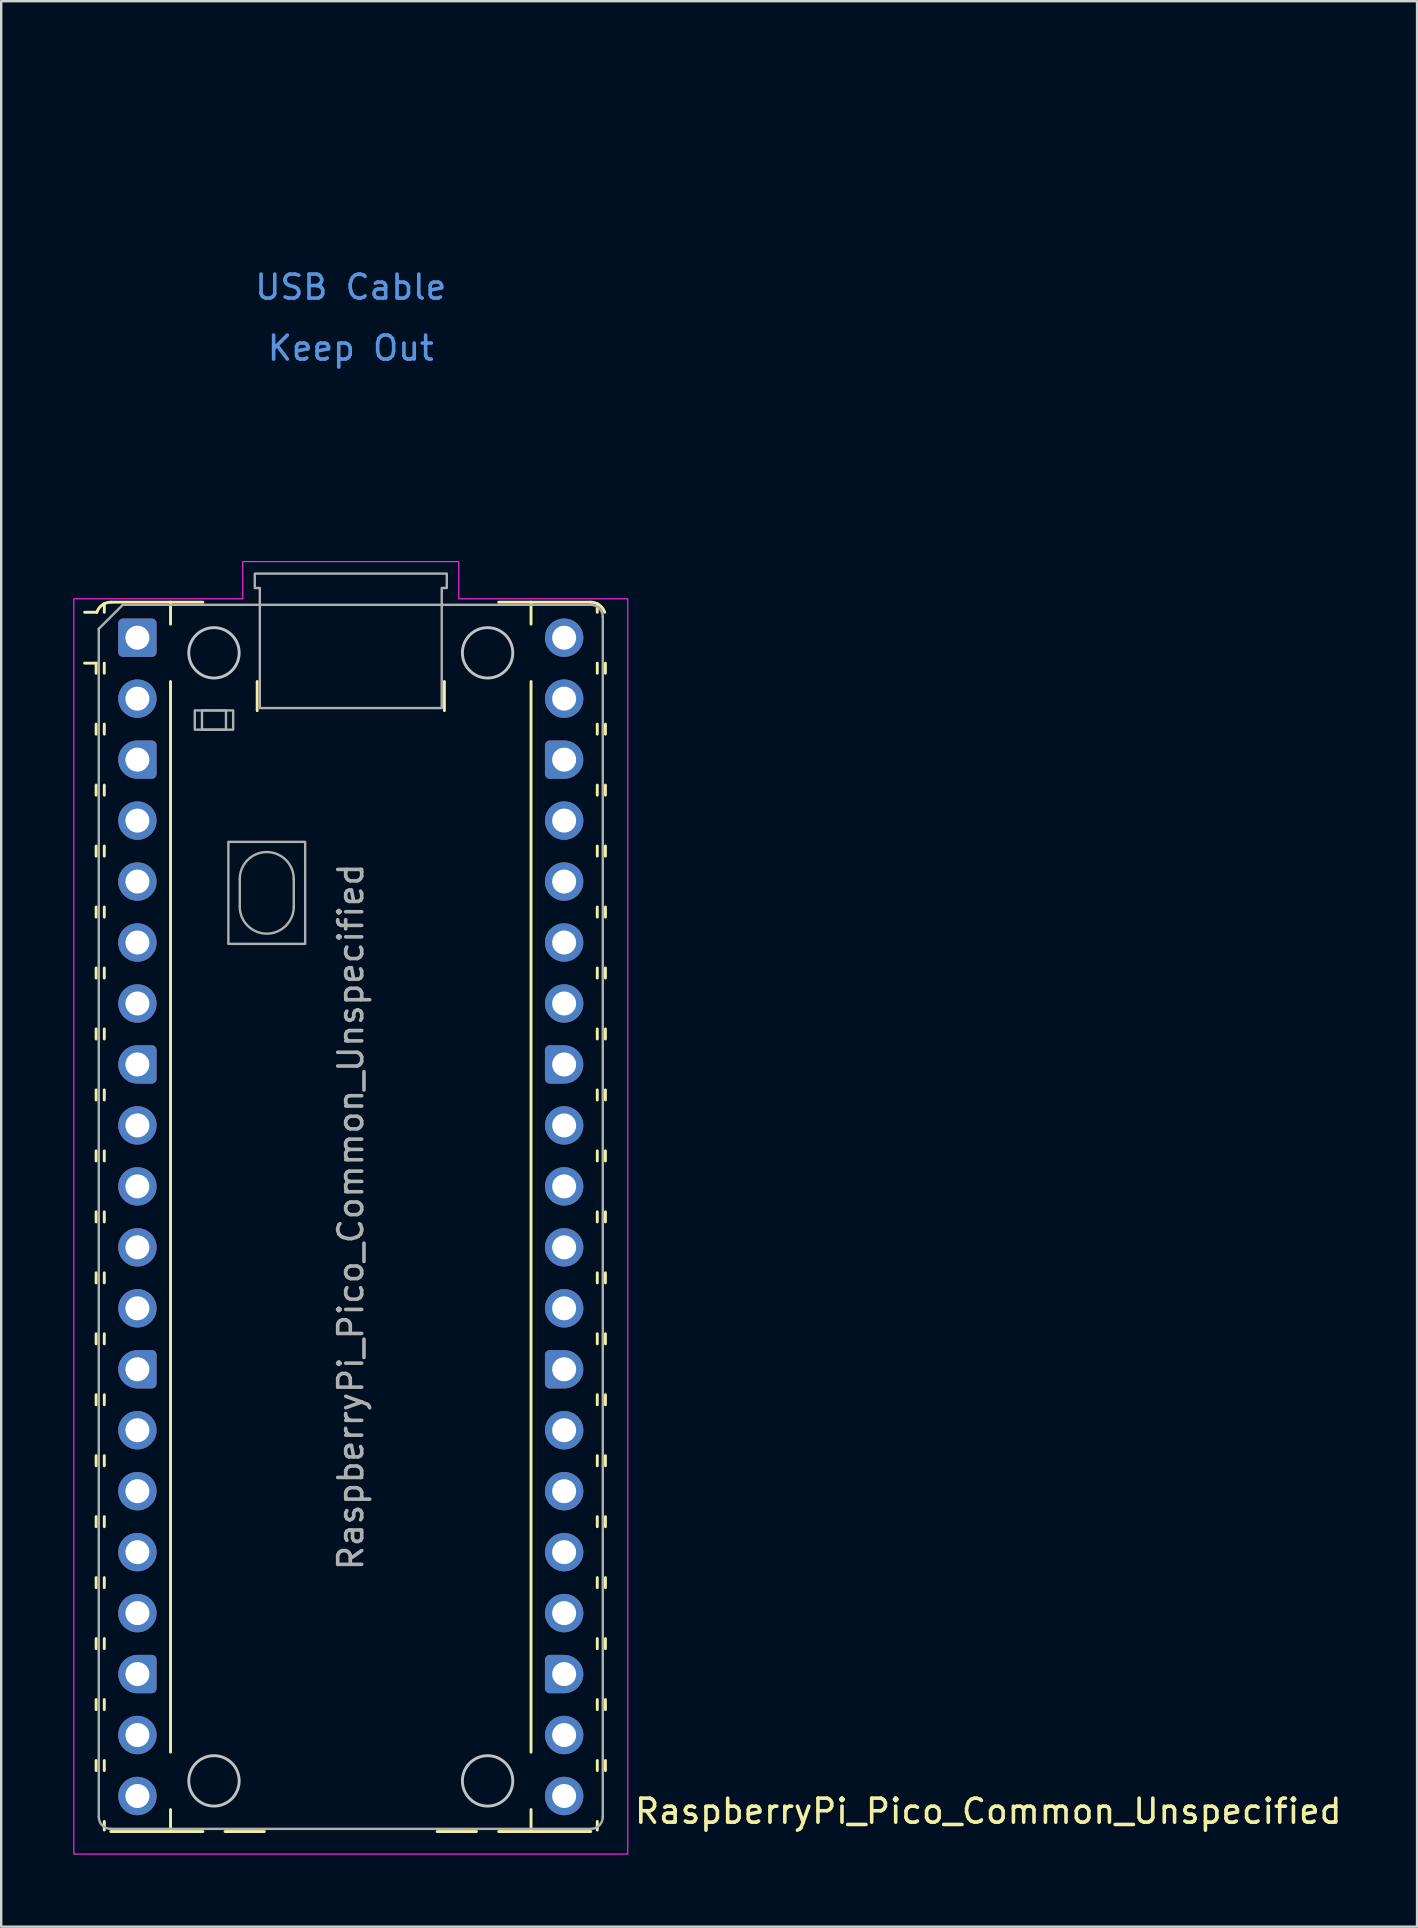
<source format=kicad_pcb>
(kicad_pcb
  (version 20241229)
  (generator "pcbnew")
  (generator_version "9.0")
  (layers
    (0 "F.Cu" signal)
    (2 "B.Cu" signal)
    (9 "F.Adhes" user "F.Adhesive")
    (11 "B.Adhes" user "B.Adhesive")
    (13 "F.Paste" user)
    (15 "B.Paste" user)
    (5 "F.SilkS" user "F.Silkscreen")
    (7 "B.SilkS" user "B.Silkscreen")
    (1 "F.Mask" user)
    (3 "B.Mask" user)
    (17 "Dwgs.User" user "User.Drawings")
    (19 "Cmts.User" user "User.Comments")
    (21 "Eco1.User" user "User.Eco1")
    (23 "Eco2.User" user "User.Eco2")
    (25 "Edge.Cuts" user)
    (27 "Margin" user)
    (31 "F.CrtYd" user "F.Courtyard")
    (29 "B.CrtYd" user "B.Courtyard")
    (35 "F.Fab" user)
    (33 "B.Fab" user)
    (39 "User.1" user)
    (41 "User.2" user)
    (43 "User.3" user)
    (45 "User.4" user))
  (footprint "RaspberryPi_Pico_Common_Unspecified"
    (layer "F.Cu")
    (at 11.565 47.65)
    (property "Reference" "RaspberryPi_Pico_Common_Unspecified" (at 11.748 24.765 0) (unlocked yes) (layer "F.SilkS") (effects (font (size 1 1) (thickness 0.15)) (justify left)))
    (attr through_hole)
    (fp_line (start -10.61 -23.07) (end -11.09 -23.07) (stroke (width 0.12) (type solid)) (layer "F.SilkS"))
    (fp_line (start -10.61 -23.07) (end -10.61 -22.65) (stroke (width 0.12) (type solid)) (layer "F.SilkS"))
    (fp_line (start -10.61 -20.53) (end -10.61 -20.11) (stroke (width 0.12) (type solid)) (layer "F.SilkS"))
    (fp_line (start -10.61 -17.99) (end -10.61 -17.57) (stroke (width 0.12) (type solid)) (layer "F.SilkS"))
    (fp_line (start -10.61 -15.45) (end -10.61 -15.03) (stroke (width 0.12) (type solid)) (layer "F.SilkS"))
    (fp_line (start -10.61 -12.91) (end -10.61 -12.49) (stroke (width 0.12) (type solid)) (layer "F.SilkS"))
    (fp_line (start -10.61 -10.37) (end -10.61 -9.95) (stroke (width 0.12) (type solid)) (layer "F.SilkS"))
    (fp_line (start -10.61 -7.83) (end -10.61 -7.41) (stroke (width 0.12) (type solid)) (layer "F.SilkS"))
    (fp_line (start -10.61 -5.29) (end -10.61 -4.87) (stroke (width 0.12) (type solid)) (layer "F.SilkS"))
    (fp_line (start -10.61 -2.75) (end -10.61 -2.33) (stroke (width 0.12) (type solid)) (layer "F.SilkS"))
    (fp_line (start -10.61 -0.21) (end -10.61 0.21) (stroke (width 0.12) (type solid)) (layer "F.SilkS"))
    (fp_line (start -10.61 2.33) (end -10.61 2.75) (stroke (width 0.12) (type solid)) (layer "F.SilkS"))
    (fp_line (start -10.61 4.87) (end -10.61 5.29) (stroke (width 0.12) (type solid)) (layer "F.SilkS"))
    (fp_line (start -10.61 7.41) (end -10.61 7.83) (stroke (width 0.12) (type solid)) (layer "F.SilkS"))
    (fp_line (start -10.61 9.95) (end -10.61 10.37) (stroke (width 0.12) (type solid)) (layer "F.SilkS"))
    (fp_line (start -10.61 12.49) (end -10.61 12.91) (stroke (width 0.12) (type solid)) (layer "F.SilkS"))
    (fp_line (start -10.61 15.03) (end -10.61 15.45) (stroke (width 0.12) (type solid)) (layer "F.SilkS"))
    (fp_line (start -10.61 17.57) (end -10.61 17.99) (stroke (width 0.12) (type solid)) (layer "F.SilkS"))
    (fp_line (start -10.61 20.11) (end -10.61 20.53) (stroke (width 0.12) (type solid)) (layer "F.SilkS"))
    (fp_line (start -10.61 22.65) (end -10.61 23.07) (stroke (width 0.12) (type solid)) (layer "F.SilkS"))
    (fp_line (start -10.58 -25.19) (end -11.09 -25.19) (stroke (width 0.12) (type solid)) (layer "F.SilkS"))
    (fp_line (start -10.27 -25.19) (end -10.27 -25.547) (stroke (width 0.12) (type solid)) (layer "F.SilkS"))
    (fp_line (start -10.27 -23.07) (end -10.27 -22.65) (stroke (width 0.12) (type solid)) (layer "F.SilkS"))
    (fp_line (start -10.27 -20.53) (end -10.27 -20.11) (stroke (width 0.12) (type solid)) (layer "F.SilkS"))
    (fp_line (start -10.27 -17.99) (end -10.27 -17.57) (stroke (width 0.12) (type solid)) (layer "F.SilkS"))
    (fp_line (start -10.27 -15.45) (end -10.27 -15.03) (stroke (width 0.12) (type solid)) (layer "F.SilkS"))
    (fp_line (start -10.27 -12.91) (end -10.27 -12.49) (stroke (width 0.12) (type solid)) (layer "F.SilkS"))
    (fp_line (start -10.27 -10.37) (end -10.27 -9.95) (stroke (width 0.12) (type solid)) (layer "F.SilkS"))
    (fp_line (start -10.27 -7.83) (end -10.27 -7.41) (stroke (width 0.12) (type solid)) (layer "F.SilkS"))
    (fp_line (start -10.27 -5.29) (end -10.27 -4.87) (stroke (width 0.12) (type solid)) (layer "F.SilkS"))
    (fp_line (start -10.27 -2.75) (end -10.27 -2.33) (stroke (width 0.12) (type solid)) (layer "F.SilkS"))
    (fp_line (start -10.27 -0.21) (end -10.27 0.21) (stroke (width 0.12) (type solid)) (layer "F.SilkS"))
    (fp_line (start -10.27 2.33) (end -10.27 2.75) (stroke (width 0.12) (type solid)) (layer "F.SilkS"))
    (fp_line (start -10.27 4.87) (end -10.27 5.29) (stroke (width 0.12) (type solid)) (layer "F.SilkS"))
    (fp_line (start -10.27 7.41) (end -10.27 7.83) (stroke (width 0.12) (type solid)) (layer "F.SilkS"))
    (fp_line (start -10.27 9.95) (end -10.27 10.37) (stroke (width 0.12) (type solid)) (layer "F.SilkS"))
    (fp_line (start -10.27 12.49) (end -10.27 12.91) (stroke (width 0.12) (type solid)) (layer "F.SilkS"))
    (fp_line (start -10.27 15.03) (end -10.27 15.45) (stroke (width 0.12) (type solid)) (layer "F.SilkS"))
    (fp_line (start -10.27 17.57) (end -10.27 17.99) (stroke (width 0.12) (type solid)) (layer "F.SilkS"))
    (fp_line (start -10.27 20.11) (end -10.27 20.53) (stroke (width 0.12) (type solid)) (layer "F.SilkS"))
    (fp_line (start -10.27 22.65) (end -10.27 23.07) (stroke (width 0.12) (type solid)) (layer "F.SilkS"))
    (fp_line (start -10.27 25.19) (end -10.27 25.547) (stroke (width 0.12) (type solid)) (layer "F.SilkS"))
    (fp_line (start -10 -25.61) (end -7.51 -25.61) (stroke (width 0.12) (type solid)) (layer "F.SilkS"))
    (fp_line (start -10 25.61) (end -6.162 25.61) (stroke (width 0.12) (type solid)) (layer "F.SilkS"))
    (fp_line (start -7.51 -25.61) (end -7.51 -24.696) (stroke (width 0.12) (type solid)) (layer "F.SilkS"))
    (fp_line (start -7.51 -25.61) (end -6.162 -25.61) (stroke (width 0.12) (type solid)) (layer "F.SilkS"))
    (fp_line (start -7.51 -22.304) (end -7.51 22.304) (stroke (width 0.12) (type solid)) (layer "F.SilkS"))
    (fp_line (start -7.51 24.696) (end -7.51 25.61) (stroke (width 0.12) (type solid)) (layer "F.SilkS"))
    (fp_line (start -3.9 -22.306) (end -3.9 -21.09) (stroke (width 0.12) (type solid)) (layer "F.SilkS"))
    (fp_line (start -3.6 25.61) (end -5.238 25.61) (stroke (width 0.12) (type solid)) (layer "F.SilkS"))
    (fp_line (start 3.9 -22.306) (end 3.9 -21.09) (stroke (width 0.12) (type solid)) (layer "F.SilkS"))
    (fp_line (start 5.238 25.61) (end 3.6 25.61) (stroke (width 0.12) (type solid)) (layer "F.SilkS"))
    (fp_line (start 6.162 -25.61) (end 7.51 -25.61) (stroke (width 0.12) (type solid)) (layer "F.SilkS"))
    (fp_line (start 6.162 25.61) (end 10 25.61) (stroke (width 0.12) (type solid)) (layer "F.SilkS"))
    (fp_line (start 7.51 -25.61) (end 7.51 -24.696) (stroke (width 0.12) (type solid)) (layer "F.SilkS"))
    (fp_line (start 7.51 -22.304) (end 7.51 22.304) (stroke (width 0.12) (type solid)) (layer "F.SilkS"))
    (fp_line (start 7.51 24.696) (end 7.51 25.61) (stroke (width 0.12) (type solid)) (layer "F.SilkS"))
    (fp_line (start 10 -25.61) (end 7.51 -25.61) (stroke (width 0.12) (type solid)) (layer "F.SilkS"))
    (fp_line (start 10.27 -25.19) (end 10.27 -25.547) (stroke (width 0.12) (type solid)) (layer "F.SilkS"))
    (fp_line (start 10.27 -23.07) (end 10.27 -22.65) (stroke (width 0.12) (type solid)) (layer "F.SilkS"))
    (fp_line (start 10.27 -20.53) (end 10.27 -20.11) (stroke (width 0.12) (type solid)) (layer "F.SilkS"))
    (fp_line (start 10.27 -17.99) (end 10.27 -17.57) (stroke (width 0.12) (type solid)) (layer "F.SilkS"))
    (fp_line (start 10.27 -15.45) (end 10.27 -15.03) (stroke (width 0.12) (type solid)) (layer "F.SilkS"))
    (fp_line (start 10.27 -12.91) (end 10.27 -12.49) (stroke (width 0.12) (type solid)) (layer "F.SilkS"))
    (fp_line (start 10.27 -10.37) (end 10.27 -9.95) (stroke (width 0.12) (type solid)) (layer "F.SilkS"))
    (fp_line (start 10.27 -7.83) (end 10.27 -7.41) (stroke (width 0.12) (type solid)) (layer "F.SilkS"))
    (fp_line (start 10.27 -5.29) (end 10.27 -4.87) (stroke (width 0.12) (type solid)) (layer "F.SilkS"))
    (fp_line (start 10.27 -2.75) (end 10.27 -2.33) (stroke (width 0.12) (type solid)) (layer "F.SilkS"))
    (fp_line (start 10.27 -0.21) (end 10.27 0.21) (stroke (width 0.12) (type solid)) (layer "F.SilkS"))
    (fp_line (start 10.27 2.33) (end 10.27 2.75) (stroke (width 0.12) (type solid)) (layer "F.SilkS"))
    (fp_line (start 10.27 4.87) (end 10.27 5.29) (stroke (width 0.12) (type solid)) (layer "F.SilkS"))
    (fp_line (start 10.27 7.41) (end 10.27 7.83) (stroke (width 0.12) (type solid)) (layer "F.SilkS"))
    (fp_line (start 10.27 9.95) (end 10.27 10.37) (stroke (width 0.12) (type solid)) (layer "F.SilkS"))
    (fp_line (start 10.27 12.49) (end 10.27 12.91) (stroke (width 0.12) (type solid)) (layer "F.SilkS"))
    (fp_line (start 10.27 15.03) (end 10.27 15.45) (stroke (width 0.12) (type solid)) (layer "F.SilkS"))
    (fp_line (start 10.27 17.57) (end 10.27 17.99) (stroke (width 0.12) (type solid)) (layer "F.SilkS"))
    (fp_line (start 10.27 20.11) (end 10.27 20.53) (stroke (width 0.12) (type solid)) (layer "F.SilkS"))
    (fp_line (start 10.27 22.65) (end 10.27 23.07) (stroke (width 0.12) (type solid)) (layer "F.SilkS"))
    (fp_line (start 10.27 25.19) (end 10.27 25.547) (stroke (width 0.12) (type solid)) (layer "F.SilkS"))
    (fp_line (start 10.61 -23.07) (end 10.61 -22.65) (stroke (width 0.12) (type solid)) (layer "F.SilkS"))
    (fp_line (start 10.61 -20.53) (end 10.61 -20.11) (stroke (width 0.12) (type solid)) (layer "F.SilkS"))
    (fp_line (start 10.61 -17.99) (end 10.61 -17.57) (stroke (width 0.12) (type solid)) (layer "F.SilkS"))
    (fp_line (start 10.61 -15.45) (end 10.61 -15.03) (stroke (width 0.12) (type solid)) (layer "F.SilkS"))
    (fp_line (start 10.61 -12.91) (end 10.61 -12.49) (stroke (width 0.12) (type solid)) (layer "F.SilkS"))
    (fp_line (start 10.61 -10.37) (end 10.61 -9.95) (stroke (width 0.12) (type solid)) (layer "F.SilkS"))
    (fp_line (start 10.61 -7.83) (end 10.61 -7.41) (stroke (width 0.12) (type solid)) (layer "F.SilkS"))
    (fp_line (start 10.61 -5.29) (end 10.61 -4.87) (stroke (width 0.12) (type solid)) (layer "F.SilkS"))
    (fp_line (start 10.61 -2.75) (end 10.61 -2.33) (stroke (width 0.12) (type solid)) (layer "F.SilkS"))
    (fp_line (start 10.61 -0.21) (end 10.61 0.21) (stroke (width 0.12) (type solid)) (layer "F.SilkS"))
    (fp_line (start 10.61 2.33) (end 10.61 2.75) (stroke (width 0.12) (type solid)) (layer "F.SilkS"))
    (fp_line (start 10.61 4.87) (end 10.61 5.29) (stroke (width 0.12) (type solid)) (layer "F.SilkS"))
    (fp_line (start 10.61 7.41) (end 10.61 7.83) (stroke (width 0.12) (type solid)) (layer "F.SilkS"))
    (fp_line (start 10.61 9.95) (end 10.61 10.37) (stroke (width 0.12) (type solid)) (layer "F.SilkS"))
    (fp_line (start 10.61 12.49) (end 10.61 12.91) (stroke (width 0.12) (type solid)) (layer "F.SilkS"))
    (fp_line (start 10.61 15.03) (end 10.61 15.45) (stroke (width 0.12) (type solid)) (layer "F.SilkS"))
    (fp_line (start 10.61 17.57) (end 10.61 17.99) (stroke (width 0.12) (type solid)) (layer "F.SilkS"))
    (fp_line (start 10.61 20.11) (end 10.61 20.53) (stroke (width 0.12) (type solid)) (layer "F.SilkS"))
    (fp_line (start 10.61 22.65) (end 10.61 23.07) (stroke (width 0.12) (type solid)) (layer "F.SilkS"))
    (fp_arc (start -10.579676 -25.19) (mid -10.357938 -25.493944) (end -10 -25.61) (stroke (width 0.12) (type solid)) (layer "F.SilkS"))
    (fp_arc (start 10 -25.61) (mid 10.357937 -25.493944) (end 10.579676 -25.189937) (stroke (width 0.12) (type solid)) (layer "F.SilkS"))
    (fp_circle (center -5.7 -23.5) (end -4.65 -23.5) (stroke (width 0.12) (type solid)) (fill no) (layer "Dwgs.User"))
    (fp_circle (center -5.7 23.5) (end -4.65 23.5) (stroke (width 0.12) (type solid)) (fill no) (layer "Dwgs.User"))
    (fp_circle (center 5.7 -23.5) (end 6.75 -23.5) (stroke (width 0.12) (type solid)) (fill no) (layer "Dwgs.User"))
    (fp_circle (center 5.7 23.5) (end 6.75 23.5) (stroke (width 0.12) (type solid)) (fill no) (layer "Dwgs.User"))
    (fp_poly (pts (xy -4.5 -27.3) (xy 4.5 -27.3) (xy 4.5 -25.75) (xy 11.54 -25.75) (xy 11.54 26.55) (xy -11.54 26.55) (xy -11.54 -25.75) (xy -4.5 -25.75)) (stroke (width 0.05) (type solid)) (fill no) (layer "F.CrtYd"))
    (fp_line (start -10.5 -24.5) (end -9.5 -25.5) (stroke (width 0.1) (type solid)) (layer "F.Fab"))
    (fp_line (start -10.5 25) (end -10.5 -24.5) (stroke (width 0.1) (type solid)) (layer "F.Fab"))
    (fp_line (start -9.5 -25.5) (end 10 -25.5) (stroke (width 0.1) (type solid)) (layer "F.Fab"))
    (fp_line (start -4.625 -14.075) (end -4.625 -12.925) (stroke (width 0.1) (type solid)) (layer "F.Fab"))
    (fp_line (start -2.375 -14.075) (end -2.375 -12.925) (stroke (width 0.1) (type solid)) (layer "F.Fab"))
    (fp_line (start 10 25.5) (end -10 25.5) (stroke (width 0.1) (type solid)) (layer "F.Fab"))
    (fp_line (start 10.5 -25) (end 10.5 25) (stroke (width 0.1) (type solid)) (layer "F.Fab"))
    (fp_rect (start -6.5 -21.1) (end -4.9 -20.3) (stroke (width 0.1) (type solid)) (fill no) (layer "F.Fab"))
    (fp_rect (start -6.2 -21.1) (end -5.2 -20.3) (stroke (width 0.1) (type solid)) (fill no) (layer "F.Fab"))
    (fp_rect (start -5.1 -15.625) (end -1.9 -11.375) (stroke (width 0.1) (type solid)) (fill no) (layer "F.Fab"))
    (fp_arc (start -10 25.5) (mid -10.353553 25.353553) (end -10.5 25) (stroke (width 0.1) (type solid)) (layer "F.Fab"))
    (fp_arc (start -4.625 -14.075) (mid -3.5 -15.2) (end -2.375 -14.075) (stroke (width 0.1) (type solid)) (layer "F.Fab"))
    (fp_arc (start -2.375 -12.925) (mid -3.5 -11.8) (end -4.625 -12.925) (stroke (width 0.1) (type solid)) (layer "F.Fab"))
    (fp_arc (start 10 -25.5) (mid 10.353553 -25.353553) (end 10.5 -25) (stroke (width 0.1) (type solid)) (layer "F.Fab"))
    (fp_arc (start 10.5 25) (mid 10.353553 25.353553) (end 10 25.5) (stroke (width 0.1) (type solid)) (layer "F.Fab"))
    (fp_poly (pts (xy 3.79 -21.2) (xy 3.79 -26.2) (xy 4 -26.2) (xy 4 -26.8) (xy -4 -26.8) (xy -4 -26.2) (xy -3.79 -26.2) (xy -3.79 -21.2)) (stroke (width 0.1) (type solid)) (fill no) (layer "F.Fab"))
    (fp_text user "USB Cable" (at 0 -38.735 0) (unlocked yes) (layer "Cmts.User") (effects (font (size 1 1) (thickness 0.15))))
    (fp_text user "Keep Out" (at 0 -36.195 0) (unlocked yes) (layer "Cmts.User") (effects (font (size 1 1) (thickness 0.15))))
    (fp_text user "${REFERENCE}" (at 0 0 90) (layer "F.Fab") (effects (font (size 1 1) (thickness 0.15))))
    (pad "1" thru_hole roundrect (at -8.89 -24.13) (size 1.6 1.6) (drill 1) (layers "*.Cu" "*.Mask") (roundrect_rratio 0.125))
    (pad "2" thru_hole circle (at -8.89 -21.59) (size 1.6 1.6) (drill 1) (layers "*.Cu" "*.Mask"))
    (pad "3" thru_hole custom (at -8.89 -19.05) (size 1.6 1.6) (drill 1) (layers "*.Cu" "*.Mask") (options (anchor circle)) (primitives (gr_poly (pts (xy 0.8 0.6) (xy 0.8 -0.6) (xy 0.6 -0.8) (xy 0 -0.8) (xy 0 0.8) (xy 0.6 0.8)) (width 0) (fill yes)) (gr_circle (center 0.6 0.6) (end 0.8 0.6) (width 0) (fill yes)) (gr_circle (center 0.6 -0.6) (end 0.8 -0.6) (width 0) (fill yes))))
    (pad "4" thru_hole circle (at -8.89 -16.51) (size 1.6 1.6) (drill 1) (layers "*.Cu" "*.Mask"))
    (pad "5" thru_hole circle (at -8.89 -13.97) (size 1.6 1.6) (drill 1) (layers "*.Cu" "*.Mask"))
    (pad "6" thru_hole circle (at -8.89 -11.43) (size 1.6 1.6) (drill 1) (layers "*.Cu" "*.Mask"))
    (pad "7" thru_hole circle (at -8.89 -8.89) (size 1.6 1.6) (drill 1) (layers "*.Cu" "*.Mask"))
    (pad "8" thru_hole custom (at -8.89 -6.35) (size 1.6 1.6) (drill 1) (layers "*.Cu" "*.Mask") (options (anchor circle)) (primitives (gr_poly (pts (xy 0.8 0.6) (xy 0.8 -0.6) (xy 0.6 -0.8) (xy 0 -0.8) (xy 0 0.8) (xy 0.6 0.8)) (width 0) (fill yes)) (gr_circle (center 0.6 0.6) (end 0.8 0.6) (width 0) (fill yes)) (gr_circle (center 0.6 -0.6) (end 0.8 -0.6) (width 0) (fill yes))))
    (pad "9" thru_hole circle (at -8.89 -3.81) (size 1.6 1.6) (drill 1) (layers "*.Cu" "*.Mask"))
    (pad "10" thru_hole circle (at -8.89 -1.27) (size 1.6 1.6) (drill 1) (layers "*.Cu" "*.Mask"))
    (pad "11" thru_hole circle (at -8.89 1.27) (size 1.6 1.6) (drill 1) (layers "*.Cu" "*.Mask"))
    (pad "12" thru_hole circle (at -8.89 3.81) (size 1.6 1.6) (drill 1) (layers "*.Cu" "*.Mask"))
    (pad "13" thru_hole custom (at -8.89 6.35) (size 1.6 1.6) (drill 1) (layers "*.Cu" "*.Mask") (options (anchor circle)) (primitives (gr_poly (pts (xy 0.8 0.6) (xy 0.8 -0.6) (xy 0.6 -0.8) (xy 0 -0.8) (xy 0 0.8) (xy 0.6 0.8)) (width 0) (fill yes)) (gr_circle (center 0.6 0.6) (end 0.8 0.6) (width 0) (fill yes)) (gr_circle (center 0.6 -0.6) (end 0.8 -0.6) (width 0) (fill yes))))
    (pad "14" thru_hole circle (at -8.89 8.89) (size 1.6 1.6) (drill 1) (layers "*.Cu" "*.Mask"))
    (pad "15" thru_hole circle (at -8.89 11.43) (size 1.6 1.6) (drill 1) (layers "*.Cu" "*.Mask"))
    (pad "16" thru_hole circle (at -8.89 13.97) (size 1.6 1.6) (drill 1) (layers "*.Cu" "*.Mask"))
    (pad "17" thru_hole circle (at -8.89 16.51) (size 1.6 1.6) (drill 1) (layers "*.Cu" "*.Mask"))
    (pad "18" thru_hole custom (at -8.89 19.05) (size 1.6 1.6) (drill 1) (layers "*.Cu" "*.Mask") (options (anchor circle)) (primitives (gr_poly (pts (xy 0.8 0.6) (xy 0.8 -0.6) (xy 0.6 -0.8) (xy 0 -0.8) (xy 0 0.8) (xy 0.6 0.8)) (width 0) (fill yes)) (gr_circle (center 0.6 0.6) (end 0.8 0.6) (width 0) (fill yes)) (gr_circle (center 0.6 -0.6) (end 0.8 -0.6) (width 0) (fill yes))))
    (pad "19" thru_hole circle (at -8.89 21.59) (size 1.6 1.6) (drill 1) (layers "*.Cu" "*.Mask"))
    (pad "20" thru_hole circle (at -8.89 24.13) (size 1.6 1.6) (drill 1) (layers "*.Cu" "*.Mask"))
    (pad "21" thru_hole circle (at 8.89 24.13) (size 1.6 1.6) (drill 1) (layers "*.Cu" "*.Mask"))
    (pad "22" thru_hole circle (at 8.89 21.59) (size 1.6 1.6) (drill 1) (layers "*.Cu" "*.Mask"))
    (pad "23" thru_hole custom (at 8.89 19.05) (size 1.6 1.6) (drill 1) (layers "*.Cu" "*.Mask") (options (anchor circle)) (primitives (gr_poly (pts (xy -0.8 0.6) (xy -0.8 -0.6) (xy -0.6 -0.8) (xy 0 -0.8) (xy 0 0.8) (xy -0.6 0.8)) (width 0) (fill yes)) (gr_circle (center -0.6 0.6) (end -0.4 0.6) (width 0) (fill yes)) (gr_circle (center -0.6 -0.6) (end -0.4 -0.6) (width 0) (fill yes))))
    (pad "24" thru_hole circle (at 8.89 16.51) (size 1.6 1.6) (drill 1) (layers "*.Cu" "*.Mask"))
    (pad "25" thru_hole circle (at 8.89 13.97) (size 1.6 1.6) (drill 1) (layers "*.Cu" "*.Mask"))
    (pad "26" thru_hole circle (at 8.89 11.43) (size 1.6 1.6) (drill 1) (layers "*.Cu" "*.Mask"))
    (pad "27" thru_hole circle (at 8.89 8.89) (size 1.6 1.6) (drill 1) (layers "*.Cu" "*.Mask"))
    (pad "28" thru_hole custom (at 8.89 6.35) (size 1.6 1.6) (drill 1) (layers "*.Cu" "*.Mask") (options (anchor circle)) (primitives (gr_poly (pts (xy -0.8 0.6) (xy -0.8 -0.6) (xy -0.6 -0.8) (xy 0 -0.8) (xy 0 0.8) (xy -0.6 0.8)) (width 0) (fill yes)) (gr_circle (center -0.6 0.6) (end -0.4 0.6) (width 0) (fill yes)) (gr_circle (center -0.6 -0.6) (end -0.4 -0.6) (width 0) (fill yes))))
    (pad "29" thru_hole circle (at 8.89 3.81) (size 1.6 1.6) (drill 1) (layers "*.Cu" "*.Mask"))
    (pad "30" thru_hole circle (at 8.89 1.27) (size 1.6 1.6) (drill 1) (layers "*.Cu" "*.Mask"))
    (pad "31" thru_hole circle (at 8.89 -1.27) (size 1.6 1.6) (drill 1) (layers "*.Cu" "*.Mask"))
    (pad "32" thru_hole circle (at 8.89 -3.81) (size 1.6 1.6) (drill 1) (layers "*.Cu" "*.Mask"))
    (pad "33" thru_hole custom (at 8.89 -6.35) (size 1.6 1.6) (drill 1) (layers "*.Cu" "*.Mask") (options (anchor circle)) (primitives (gr_poly (pts (xy -0.8 0.6) (xy -0.8 -0.6) (xy -0.6 -0.8) (xy 0 -0.8) (xy 0 0.8) (xy -0.6 0.8)) (width 0) (fill yes)) (gr_circle (center -0.6 0.6) (end -0.4 0.6) (width 0) (fill yes)) (gr_circle (center -0.6 -0.6) (end -0.4 -0.6) (width 0) (fill yes))))
    (pad "34" thru_hole circle (at 8.89 -8.89) (size 1.6 1.6) (drill 1) (layers "*.Cu" "*.Mask"))
    (pad "35" thru_hole circle (at 8.89 -11.43) (size 1.6 1.6) (drill 1) (layers "*.Cu" "*.Mask"))
    (pad "36" thru_hole circle (at 8.89 -13.97) (size 1.6 1.6) (drill 1) (layers "*.Cu" "*.Mask"))
    (pad "37" thru_hole circle (at 8.89 -16.51) (size 1.6 1.6) (drill 1) (layers "*.Cu" "*.Mask"))
    (pad "38" thru_hole custom (at 8.89 -19.05) (size 1.6 1.6) (drill 1) (layers "*.Cu" "*.Mask") (options (anchor circle)) (primitives (gr_poly (pts (xy -0.8 0.6) (xy -0.8 -0.6) (xy -0.6 -0.8) (xy 0 -0.8) (xy 0 0.8) (xy -0.6 0.8)) (width 0) (fill yes)) (gr_circle (center -0.6 0.6) (end -0.4 0.6) (width 0) (fill yes)) (gr_circle (center -0.6 -0.6) (end -0.4 -0.6) (width 0) (fill yes))))
    (pad "39" thru_hole circle (at 8.89 -21.59) (size 1.6 1.6) (drill 1) (layers "*.Cu" "*.Mask"))
    (pad "40" thru_hole circle (at 8.89 -24.13) (size 1.6 1.6) (drill 1) (layers "*.Cu" "*.Mask"))
    (zone (net_name "") (layer "Edge.Cuts") (name "Board Keep Out USB Cable") (hatch edge 0.5) (connect_pads) (min_thickness 0.254) (filled_areas_thickness no) (keepout (tracks allowed) (vias allowed) (pads allowed) (copperpour allowed) (footprints allowed)) (placement (enabled no)) (fill) (polygon (pts (xy 5.365 0) (xy 17.765 0) (xy 17.765 20.4) (xy 5.365 20.4))))
    (zone (net_name "") (layer "F.CrtYd") (name "USB Cable Keep Out") (hatch full 0.5) (connect_pads) (min_thickness 0.254) (filled_areas_thickness no) (keepout (tracks allowed) (vias allowed) (pads allowed) (copperpour allowed) (footprints not_allowed)) (placement (enabled no)) (fill) (polygon (pts (xy 5.815 19.95) (xy 7.625 19.95) (xy 7.625 20.35) (xy 15.505 20.35) (xy 15.505 19.95) (xy 17.315 19.95) (xy 17.315 0.45) (xy 5.815 0.45)))))
  (gr_rect
    (start -3 -3)
    (end 55.991 77.225)
    (stroke (width 0.1) (type default))
    (fill no)
    (layer "Edge.Cuts")))
</source>
